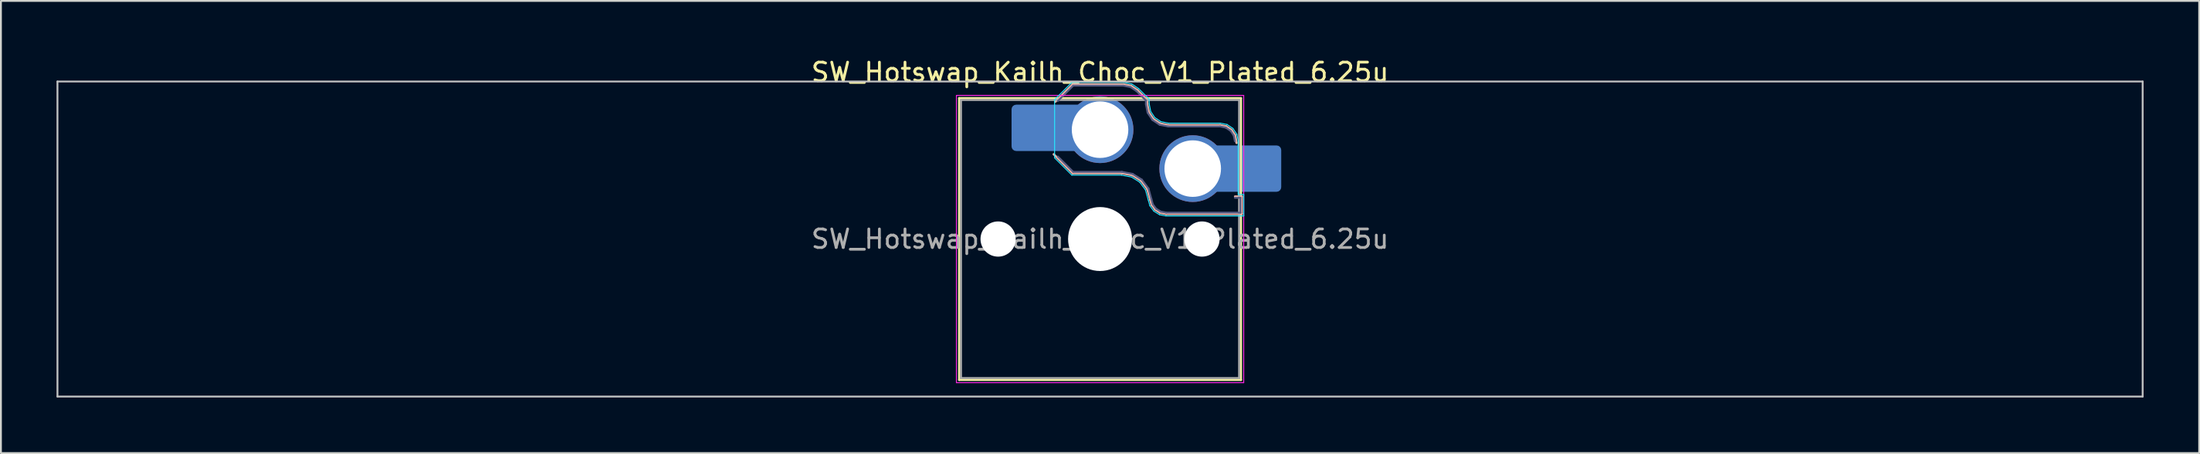
<source format=kicad_pcb>
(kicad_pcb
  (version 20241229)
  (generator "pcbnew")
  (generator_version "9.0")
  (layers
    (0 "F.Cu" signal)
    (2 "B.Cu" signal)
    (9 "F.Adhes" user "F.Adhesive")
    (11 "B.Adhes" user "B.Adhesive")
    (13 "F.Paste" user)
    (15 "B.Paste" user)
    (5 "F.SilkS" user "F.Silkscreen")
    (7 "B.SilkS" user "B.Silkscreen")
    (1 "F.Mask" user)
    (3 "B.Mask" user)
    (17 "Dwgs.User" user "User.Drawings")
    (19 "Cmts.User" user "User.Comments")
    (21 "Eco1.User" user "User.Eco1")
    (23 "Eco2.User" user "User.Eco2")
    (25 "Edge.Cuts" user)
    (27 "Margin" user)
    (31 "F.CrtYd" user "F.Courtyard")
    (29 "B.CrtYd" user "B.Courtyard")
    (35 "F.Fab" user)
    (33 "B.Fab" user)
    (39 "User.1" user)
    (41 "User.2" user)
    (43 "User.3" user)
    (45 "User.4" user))
  (footprint "SW_Hotswap_Kailh_Choc_V1_Plated_6.25u"
    (layer "F.Cu")
    (at 56.3 9.848)
    (property "Reference" "SW_Hotswap_Kailh_Choc_V1_Plated_6.25u" (at 0 -9 0) (layer "F.SilkS") (effects (font (size 1 1) (thickness 0.15))))
    (attr smd)
    (fp_line (start -7.6 -7.6) (end -7.6 7.6) (stroke (width 0.12) (type solid)) (layer "F.SilkS"))
    (fp_line (start -7.6 7.6) (end 7.6 7.6) (stroke (width 0.12) (type solid)) (layer "F.SilkS"))
    (fp_line (start 7.6 -7.6) (end -7.6 -7.6) (stroke (width 0.12) (type solid)) (layer "F.SilkS"))
    (fp_line (start 7.6 7.6) (end 7.6 -7.6) (stroke (width 0.12) (type solid)) (layer "F.SilkS"))
    (fp_line (start -2.416 -7.409) (end -1.479 -8.346) (stroke (width 0.12) (type solid)) (layer "B.SilkS"))
    (fp_line (start -1.479 -8.346) (end 1.268 -8.346) (stroke (width 0.12) (type solid)) (layer "B.SilkS"))
    (fp_line (start -1.479 -3.554) (end -2.5 -4.575) (stroke (width 0.12) (type solid)) (layer "B.SilkS"))
    (fp_line (start 1.168 -3.554) (end -1.479 -3.554) (stroke (width 0.12) (type solid)) (layer "B.SilkS"))
    (fp_line (start 1.268 -8.346) (end 1.671 -8.266) (stroke (width 0.12) (type solid)) (layer "B.SilkS"))
    (fp_line (start 1.671 -8.266) (end 2.013 -8.037) (stroke (width 0.12) (type solid)) (layer "B.SilkS"))
    (fp_line (start 1.73 -3.449) (end 1.168 -3.554) (stroke (width 0.12) (type solid)) (layer "B.SilkS"))
    (fp_line (start 2.013 -8.037) (end 2.546 -7.504) (stroke (width 0.12) (type solid)) (layer "B.SilkS"))
    (fp_line (start 2.209 -3.15) (end 1.73 -3.449) (stroke (width 0.12) (type solid)) (layer "B.SilkS"))
    (fp_line (start 2.546 -7.504) (end 2.546 -7.282) (stroke (width 0.12) (type solid)) (layer "B.SilkS"))
    (fp_line (start 2.546 -7.282) (end 2.633 -6.844) (stroke (width 0.12) (type solid)) (layer "B.SilkS"))
    (fp_line (start 2.547 -2.697) (end 2.209 -3.15) (stroke (width 0.12) (type solid)) (layer "B.SilkS"))
    (fp_line (start 2.633 -6.844) (end 2.877 -6.477) (stroke (width 0.12) (type solid)) (layer "B.SilkS"))
    (fp_line (start 2.701 -2.139) (end 2.547 -2.697) (stroke (width 0.12) (type solid)) (layer "B.SilkS"))
    (fp_line (start 2.783 -1.841) (end 2.701 -2.139) (stroke (width 0.12) (type solid)) (layer "B.SilkS"))
    (fp_line (start 2.877 -6.477) (end 3.244 -6.233) (stroke (width 0.12) (type solid)) (layer "B.SilkS"))
    (fp_line (start 2.976 -1.583) (end 2.783 -1.841) (stroke (width 0.12) (type solid)) (layer "B.SilkS"))
    (fp_line (start 3.244 -6.233) (end 3.682 -6.146) (stroke (width 0.12) (type solid)) (layer "B.SilkS"))
    (fp_line (start 3.25 -1.413) (end 2.976 -1.583) (stroke (width 0.12) (type solid)) (layer "B.SilkS"))
    (fp_line (start 3.56 -1.354) (end 3.25 -1.413) (stroke (width 0.12) (type solid)) (layer "B.SilkS"))
    (fp_line (start 3.682 -6.146) (end 6.482 -6.146) (stroke (width 0.12) (type solid)) (layer "B.SilkS"))
    (fp_line (start 6.482 -6.146) (end 6.809 -6.081) (stroke (width 0.12) (type solid)) (layer "B.SilkS"))
    (fp_line (start 6.809 -6.081) (end 7.092 -5.892) (stroke (width 0.12) (type solid)) (layer "B.SilkS"))
    (fp_line (start 7.092 -5.892) (end 7.281 -5.609) (stroke (width 0.12) (type solid)) (layer "B.SilkS"))
    (fp_line (start 7.281 -5.609) (end 7.366 -5.182) (stroke (width 0.12) (type solid)) (layer "B.SilkS"))
    (fp_line (start 7.283 -2.296) (end 7.646 -2.296) (stroke (width 0.12) (type solid)) (layer "B.SilkS"))
    (fp_line (start 7.646 -2.296) (end 7.646 -1.354) (stroke (width 0.12) (type solid)) (layer "B.SilkS"))
    (fp_line (start 7.646 -1.354) (end 3.56 -1.354) (stroke (width 0.12) (type solid)) (layer "B.SilkS"))
    (fp_line (start -56.25 -8.5) (end -56.25 8.5) (stroke (width 0.1) (type solid)) (layer "Dwgs.User"))
    (fp_line (start -56.25 8.5) (end 56.25 8.5) (stroke (width 0.1) (type solid)) (layer "Dwgs.User"))
    (fp_line (start 56.25 -8.5) (end -56.25 -8.5) (stroke (width 0.1) (type solid)) (layer "Dwgs.User"))
    (fp_line (start 56.25 8.5) (end 56.25 -8.5) (stroke (width 0.1) (type solid)) (layer "Dwgs.User"))
    (fp_line (start -7.25 -7.25) (end -7.25 7.25) (stroke (width 0.1) (type solid)) (layer "Eco1.User"))
    (fp_line (start -7.25 7.25) (end 7.25 7.25) (stroke (width 0.1) (type solid)) (layer "Eco1.User"))
    (fp_line (start 7.25 -7.25) (end -7.25 -7.25) (stroke (width 0.1) (type solid)) (layer "Eco1.User"))
    (fp_line (start 7.25 7.25) (end 7.25 -7.25) (stroke (width 0.1) (type solid)) (layer "Eco1.User"))
    (fp_line (start -2.452 -7.523) (end -1.523 -8.452) (stroke (width 0.05) (type solid)) (layer "B.CrtYd"))
    (fp_line (start -2.452 -4.377) (end -2.452 -7.523) (stroke (width 0.05) (type solid)) (layer "B.CrtYd"))
    (fp_line (start -1.523 -8.452) (end 1.278 -8.452) (stroke (width 0.05) (type solid)) (layer "B.CrtYd"))
    (fp_line (start -1.523 -3.448) (end -2.452 -4.377) (stroke (width 0.05) (type solid)) (layer "B.CrtYd"))
    (fp_line (start 1.159 -3.448) (end -1.523 -3.448) (stroke (width 0.05) (type solid)) (layer "B.CrtYd"))
    (fp_line (start 1.278 -8.452) (end 1.712 -8.366) (stroke (width 0.05) (type solid)) (layer "B.CrtYd"))
    (fp_line (start 1.691 -3.348) (end 1.159 -3.448) (stroke (width 0.05) (type solid)) (layer "B.CrtYd"))
    (fp_line (start 1.712 -8.366) (end 2.081 -8.119) (stroke (width 0.05) (type solid)) (layer "B.CrtYd"))
    (fp_line (start 2.081 -8.119) (end 2.652 -7.548) (stroke (width 0.05) (type solid)) (layer "B.CrtYd"))
    (fp_line (start 2.136 -3.071) (end 1.691 -3.348) (stroke (width 0.05) (type solid)) (layer "B.CrtYd"))
    (fp_line (start 2.45 -2.65) (end 2.136 -3.071) (stroke (width 0.05) (type solid)) (layer "B.CrtYd"))
    (fp_line (start 2.599 -2.111) (end 2.45 -2.65) (stroke (width 0.05) (type solid)) (layer "B.CrtYd"))
    (fp_line (start 2.652 -7.548) (end 2.652 -7.292) (stroke (width 0.05) (type solid)) (layer "B.CrtYd"))
    (fp_line (start 2.652 -7.292) (end 2.733 -6.885) (stroke (width 0.05) (type solid)) (layer "B.CrtYd"))
    (fp_line (start 2.687 -1.794) (end 2.599 -2.111) (stroke (width 0.05) (type solid)) (layer "B.CrtYd"))
    (fp_line (start 2.733 -6.885) (end 2.953 -6.553) (stroke (width 0.05) (type solid)) (layer "B.CrtYd"))
    (fp_line (start 2.903 -1.503) (end 2.687 -1.794) (stroke (width 0.05) (type solid)) (layer "B.CrtYd"))
    (fp_line (start 2.953 -6.553) (end 3.285 -6.333) (stroke (width 0.05) (type solid)) (layer "B.CrtYd"))
    (fp_line (start 3.211 -1.312) (end 2.903 -1.503) (stroke (width 0.05) (type solid)) (layer "B.CrtYd"))
    (fp_line (start 3.285 -6.333) (end 3.692 -6.252) (stroke (width 0.05) (type solid)) (layer "B.CrtYd"))
    (fp_line (start 3.55 -1.248) (end 3.211 -1.312) (stroke (width 0.05) (type solid)) (layer "B.CrtYd"))
    (fp_line (start 3.692 -6.252) (end 6.492 -6.252) (stroke (width 0.05) (type solid)) (layer "B.CrtYd"))
    (fp_line (start 6.492 -6.252) (end 6.85 -6.181) (stroke (width 0.05) (type solid)) (layer "B.CrtYd"))
    (fp_line (start 6.85 -6.181) (end 7.168 -5.968) (stroke (width 0.05) (type solid)) (layer "B.CrtYd"))
    (fp_line (start 7.168 -5.968) (end 7.381 -5.65) (stroke (width 0.05) (type solid)) (layer "B.CrtYd"))
    (fp_line (start 7.381 -5.65) (end 7.452 -5.292) (stroke (width 0.05) (type solid)) (layer "B.CrtYd"))
    (fp_line (start 7.452 -5.292) (end 7.452 -2.402) (stroke (width 0.05) (type solid)) (layer "B.CrtYd"))
    (fp_line (start 7.452 -2.402) (end 7.752 -2.402) (stroke (width 0.05) (type solid)) (layer "B.CrtYd"))
    (fp_line (start 7.752 -2.402) (end 7.752 -1.248) (stroke (width 0.05) (type solid)) (layer "B.CrtYd"))
    (fp_line (start 7.752 -1.248) (end 3.55 -1.248) (stroke (width 0.05) (type solid)) (layer "B.CrtYd"))
    (fp_line (start -7.75 -7.75) (end -7.75 7.75) (stroke (width 0.05) (type solid)) (layer "F.CrtYd"))
    (fp_line (start -7.75 7.75) (end 7.75 7.75) (stroke (width 0.05) (type solid)) (layer "F.CrtYd"))
    (fp_line (start 7.75 -7.75) (end -7.75 -7.75) (stroke (width 0.05) (type solid)) (layer "F.CrtYd"))
    (fp_line (start 7.75 7.75) (end 7.75 -7.75) (stroke (width 0.05) (type solid)) (layer "F.CrtYd"))
    (fp_line (start -2.275 -7.45) (end -1.45 -8.275) (stroke (width 0.1) (type solid)) (layer "B.Fab"))
    (fp_line (start -1.45 -8.275) (end 1.261 -8.275) (stroke (width 0.1) (type solid)) (layer "B.Fab"))
    (fp_line (start -1.45 -3.625) (end -2.275 -4.45) (stroke (width 0.1) (type solid)) (layer "B.Fab"))
    (fp_line (start 1.175 -3.625) (end -1.45 -3.625) (stroke (width 0.1) (type solid)) (layer "B.Fab"))
    (fp_line (start 1.261 -8.275) (end 1.643 -8.199) (stroke (width 0.1) (type solid)) (layer "B.Fab"))
    (fp_line (start 1.643 -8.199) (end 1.968 -7.982) (stroke (width 0.1) (type solid)) (layer "B.Fab"))
    (fp_line (start 1.756 -3.516) (end 1.175 -3.625) (stroke (width 0.1) (type solid)) (layer "B.Fab"))
    (fp_line (start 1.968 -7.982) (end 2.475 -7.475) (stroke (width 0.1) (type solid)) (layer "B.Fab"))
    (fp_line (start 2.258 -3.203) (end 1.756 -3.516) (stroke (width 0.1) (type solid)) (layer "B.Fab"))
    (fp_line (start 2.475 -7.475) (end 2.475 -7.275) (stroke (width 0.1) (type solid)) (layer "B.Fab"))
    (fp_line (start 2.475 -7.275) (end 2.566 -6.816) (stroke (width 0.1) (type solid)) (layer "B.Fab"))
    (fp_line (start 2.566 -6.816) (end 2.826 -6.426) (stroke (width 0.1) (type solid)) (layer "B.Fab"))
    (fp_line (start 2.612 -2.729) (end 2.258 -3.203) (stroke (width 0.1) (type solid)) (layer "B.Fab"))
    (fp_line (start 2.769 -2.158) (end 2.612 -2.729) (stroke (width 0.1) (type solid)) (layer "B.Fab"))
    (fp_line (start 2.826 -6.426) (end 3.216 -6.166) (stroke (width 0.1) (type solid)) (layer "B.Fab"))
    (fp_line (start 2.848 -1.873) (end 2.769 -2.158) (stroke (width 0.1) (type solid)) (layer "B.Fab"))
    (fp_line (start 3.025 -1.636) (end 2.848 -1.873) (stroke (width 0.1) (type solid)) (layer "B.Fab"))
    (fp_line (start 3.216 -6.166) (end 3.675 -6.075) (stroke (width 0.1) (type solid)) (layer "B.Fab"))
    (fp_line (start 3.276 -1.48) (end 3.025 -1.636) (stroke (width 0.1) (type solid)) (layer "B.Fab"))
    (fp_line (start 3.567 -1.425) (end 3.276 -1.48) (stroke (width 0.1) (type solid)) (layer "B.Fab"))
    (fp_line (start 3.675 -6.075) (end 6.475 -6.075) (stroke (width 0.1) (type solid)) (layer "B.Fab"))
    (fp_line (start 6.475 -6.075) (end 6.781 -6.014) (stroke (width 0.1) (type solid)) (layer "B.Fab"))
    (fp_line (start 6.781 -6.014) (end 7.041 -5.841) (stroke (width 0.1) (type solid)) (layer "B.Fab"))
    (fp_line (start 7.041 -5.841) (end 7.214 -5.581) (stroke (width 0.1) (type solid)) (layer "B.Fab"))
    (fp_line (start 7.214 -5.581) (end 7.275 -5.275) (stroke (width 0.1) (type solid)) (layer "B.Fab"))
    (fp_line (start 7.275 -2.225) (end 7.575 -2.225) (stroke (width 0.1) (type solid)) (layer "B.Fab"))
    (fp_line (start 7.575 -2.225) (end 7.575 -1.425) (stroke (width 0.1) (type solid)) (layer "B.Fab"))
    (fp_line (start 7.575 -1.425) (end 3.567 -1.425) (stroke (width 0.1) (type solid)) (layer "B.Fab"))
    (fp_line (start -7.5 -7.5) (end -7.5 7.5) (stroke (width 0.1) (type solid)) (layer "F.Fab"))
    (fp_line (start -7.5 7.5) (end 7.5 7.5) (stroke (width 0.1) (type solid)) (layer "F.Fab"))
    (fp_line (start 7.5 -7.5) (end -7.5 -7.5) (stroke (width 0.1) (type solid)) (layer "F.Fab"))
    (fp_line (start 7.5 7.5) (end 7.5 -7.5) (stroke (width 0.1) (type solid)) (layer "F.Fab"))
    (fp_text user "${REFERENCE}" (at 0 0 0) (layer "F.Fab") (effects (font (size 1 1) (thickness 0.15))))
    (pad "" np_thru_hole circle (at -5.5 0) (size 1.9 1.9) (drill 1.9) (layers "*.Cu" "*.Mask"))
    (pad "" smd roundrect (at -3.5 -6) (size 2.55 2.5) (layers "B.Mask" "B.Paste") (roundrect_rratio 0.1))
    (pad "" np_thru_hole circle (at 0 0) (size 3.45 3.45) (drill 3.45) (layers "*.Cu" "*.Mask"))
    (pad "" np_thru_hole circle (at 5.5 0) (size 1.9 1.9) (drill 1.9) (layers "*.Cu" "*.Mask"))
    (pad "" smd roundrect (at 8.5 -3.8) (size 2.55 2.5) (layers "B.Mask" "B.Paste") (roundrect_rratio 0.1))
    (pad "1" smd roundrect (at -2.85 -6) (size 3.85 2.5) (layers "B.Cu") (roundrect_rratio 0.1))
    (pad "1" thru_hole circle (at 0 -5.9) (size 3.6 3.6) (drill 3.05) (layers "*.Cu" "*.Mask"))
    (pad "2" thru_hole circle (at 5 -3.8) (size 3.6 3.6) (drill 3.05) (layers "*.Cu" "*.Mask"))
    (pad "2" smd roundrect (at 7.85 -3.8) (size 3.85 2.5) (layers "B.Cu") (roundrect_rratio 0.1)))
  (gr_rect
    (start -3 -3)
    (end 115.6 21.398)
    (stroke (width 0.1) (type default))
    (fill no)
    (layer "Edge.Cuts")))
</source>
